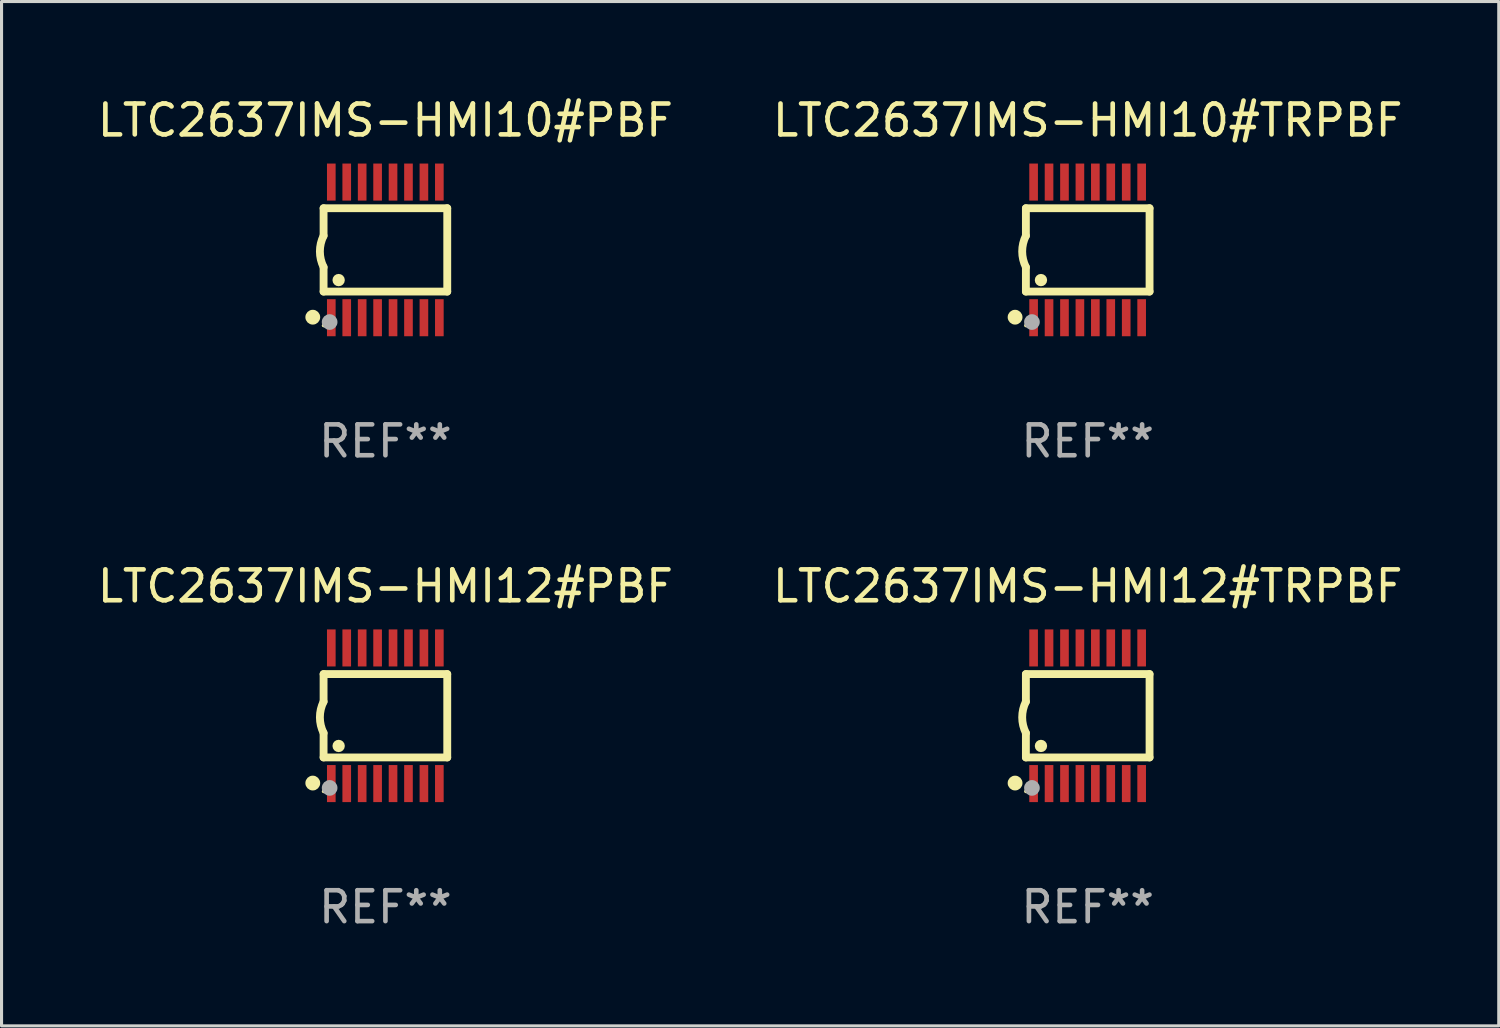
<source format=kicad_pcb>
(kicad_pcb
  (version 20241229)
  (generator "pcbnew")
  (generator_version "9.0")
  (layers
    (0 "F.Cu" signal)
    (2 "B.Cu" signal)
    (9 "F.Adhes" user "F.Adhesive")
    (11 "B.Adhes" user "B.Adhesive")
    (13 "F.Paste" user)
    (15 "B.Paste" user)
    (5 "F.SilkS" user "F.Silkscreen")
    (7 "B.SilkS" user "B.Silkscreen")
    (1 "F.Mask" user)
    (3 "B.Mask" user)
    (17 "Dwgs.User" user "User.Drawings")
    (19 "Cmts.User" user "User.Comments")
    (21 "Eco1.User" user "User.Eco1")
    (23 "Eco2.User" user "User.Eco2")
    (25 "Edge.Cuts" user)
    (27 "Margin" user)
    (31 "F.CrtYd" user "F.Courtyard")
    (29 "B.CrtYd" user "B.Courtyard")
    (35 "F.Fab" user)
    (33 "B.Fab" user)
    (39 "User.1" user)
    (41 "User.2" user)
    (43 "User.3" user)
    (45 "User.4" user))
  (footprint "LTC2637IMS-HMI12#TRPBF"
    (layer "F.Cu")
    (at 32.185 20.136)
    (property "Reference" "LTC2637IMS-HMI12#TRPBF" (at 0 -4.197 0) (layer "F.SilkS") (effects (font (size 1 1) (thickness 0.15))))
    (attr through_hole)
    (fp_line (start -2.003 -1.35) (end -2.003 -0.457) (stroke (width 0.254) (type solid)) (layer "F.SilkS"))
    (fp_line (start -2.003 -1.35) (end 2.003 -1.35) (stroke (width 0.254) (type solid)) (layer "F.SilkS"))
    (fp_line (start -2.003 1.35) (end -2.003 0.559) (stroke (width 0.254) (type solid)) (layer "F.SilkS"))
    (fp_line (start -2.003 1.35) (end 2.003 1.35) (stroke (width 0.254) (type solid)) (layer "F.SilkS"))
    (fp_line (start 2.003 -1.35) (end 2.003 1.35) (stroke (width 0.254) (type solid)) (layer "F.SilkS"))
    (fp_arc (start -2.002286 0.558802) (mid -2.122556 0.05092) (end -2.003302 -0.457201) (stroke (width 0.254001) (type solid)) (layer "F.SilkS"))
    (fp_circle (center -2.353 2.18) (end -2.233 2.18) (stroke (width 0.24) (type solid)) (fill no) (layer "F.SilkS"))
    (fp_circle (center -2.003 2.45) (end -1.973 2.45) (stroke (width 0.06) (type solid)) (fill no) (layer "F.SilkS"))
    (fp_circle (center -1.515 0.978) (end -1.415 0.978) (stroke (width 0.2) (type solid)) (fill no) (layer "F.SilkS"))
    (fp_circle (center -1.807 2.337) (end -1.68 2.337) (stroke (width 0.254) (type solid)) (fill no) (layer "F.Fab"))
    (fp_text user "REF**" (at 0 6.197 0) (layer "F.Fab") (effects (font (size 1 1) (thickness 0.15))))
    (pad "1" smd rect (at -1.753 2.197 90) (size 1.2 0.28) (layers "F.Cu" "F.Mask" "F.Paste"))
    (pad "2" smd rect (at -1.253 2.197 90) (size 1.2 0.28) (layers "F.Cu" "F.Mask" "F.Paste"))
    (pad "3" smd rect (at -0.753 2.197 90) (size 1.2 0.28) (layers "F.Cu" "F.Mask" "F.Paste"))
    (pad "4" smd rect (at -0.253 2.197 90) (size 1.2 0.28) (layers "F.Cu" "F.Mask" "F.Paste"))
    (pad "5" smd rect (at 0.247 2.197 90) (size 1.2 0.28) (layers "F.Cu" "F.Mask" "F.Paste"))
    (pad "6" smd rect (at 0.747 2.197 90) (size 1.2 0.28) (layers "F.Cu" "F.Mask" "F.Paste"))
    (pad "7" smd rect (at 1.247 2.197 90) (size 1.2 0.28) (layers "F.Cu" "F.Mask" "F.Paste"))
    (pad "8" smd rect (at 1.747 2.197 90) (size 1.2 0.28) (layers "F.Cu" "F.Mask" "F.Paste"))
    (pad "9" smd rect (at 1.747 -2.197 90) (size 1.2 0.28) (layers "F.Cu" "F.Mask" "F.Paste"))
    (pad "10" smd rect (at 1.247 -2.197 90) (size 1.2 0.28) (layers "F.Cu" "F.Mask" "F.Paste"))
    (pad "11" smd rect (at 0.747 -2.197 90) (size 1.2 0.28) (layers "F.Cu" "F.Mask" "F.Paste"))
    (pad "12" smd rect (at 0.247 -2.197 90) (size 1.2 0.28) (layers "F.Cu" "F.Mask" "F.Paste"))
    (pad "13" smd rect (at -0.253 -2.197 90) (size 1.2 0.28) (layers "F.Cu" "F.Mask" "F.Paste"))
    (pad "14" smd rect (at -0.753 -2.197 90) (size 1.2 0.28) (layers "F.Cu" "F.Mask" "F.Paste"))
    (pad "15" smd rect (at -1.253 -2.197 90) (size 1.2 0.28) (layers "F.Cu" "F.Mask" "F.Paste"))
    (pad "16" smd rect (at -1.753 -2.197 90) (size 1.2 0.28) (layers "F.Cu" "F.Mask" "F.Paste")))
  (footprint "LTC2637IMS-HMI10#TRPBF"
    (layer "F.Cu")
    (at 32.185 5.045)
    (property "Reference" "LTC2637IMS-HMI10#TRPBF" (at 0 -4.197 0) (layer "F.SilkS") (effects (font (size 1 1) (thickness 0.15))))
    (attr through_hole)
    (fp_line (start -2.003 -1.35) (end -2.003 -0.457) (stroke (width 0.254) (type solid)) (layer "F.SilkS"))
    (fp_line (start -2.003 -1.35) (end 2.003 -1.35) (stroke (width 0.254) (type solid)) (layer "F.SilkS"))
    (fp_line (start -2.003 1.35) (end -2.003 0.559) (stroke (width 0.254) (type solid)) (layer "F.SilkS"))
    (fp_line (start -2.003 1.35) (end 2.003 1.35) (stroke (width 0.254) (type solid)) (layer "F.SilkS"))
    (fp_line (start 2.003 -1.35) (end 2.003 1.35) (stroke (width 0.254) (type solid)) (layer "F.SilkS"))
    (fp_arc (start -2.002286 0.558802) (mid -2.122556 0.05092) (end -2.003302 -0.457201) (stroke (width 0.254001) (type solid)) (layer "F.SilkS"))
    (fp_circle (center -2.353 2.18) (end -2.233 2.18) (stroke (width 0.24) (type solid)) (fill no) (layer "F.SilkS"))
    (fp_circle (center -2.003 2.45) (end -1.973 2.45) (stroke (width 0.06) (type solid)) (fill no) (layer "F.SilkS"))
    (fp_circle (center -1.515 0.978) (end -1.415 0.978) (stroke (width 0.2) (type solid)) (fill no) (layer "F.SilkS"))
    (fp_circle (center -1.807 2.337) (end -1.68 2.337) (stroke (width 0.254) (type solid)) (fill no) (layer "F.Fab"))
    (fp_text user "REF**" (at 0 6.197 0) (layer "F.Fab") (effects (font (size 1 1) (thickness 0.15))))
    (pad "1" smd rect (at -1.753 2.197 90) (size 1.2 0.28) (layers "F.Cu" "F.Mask" "F.Paste"))
    (pad "2" smd rect (at -1.253 2.197 90) (size 1.2 0.28) (layers "F.Cu" "F.Mask" "F.Paste"))
    (pad "3" smd rect (at -0.753 2.197 90) (size 1.2 0.28) (layers "F.Cu" "F.Mask" "F.Paste"))
    (pad "4" smd rect (at -0.253 2.197 90) (size 1.2 0.28) (layers "F.Cu" "F.Mask" "F.Paste"))
    (pad "5" smd rect (at 0.247 2.197 90) (size 1.2 0.28) (layers "F.Cu" "F.Mask" "F.Paste"))
    (pad "6" smd rect (at 0.747 2.197 90) (size 1.2 0.28) (layers "F.Cu" "F.Mask" "F.Paste"))
    (pad "7" smd rect (at 1.247 2.197 90) (size 1.2 0.28) (layers "F.Cu" "F.Mask" "F.Paste"))
    (pad "8" smd rect (at 1.747 2.197 90) (size 1.2 0.28) (layers "F.Cu" "F.Mask" "F.Paste"))
    (pad "9" smd rect (at 1.747 -2.197 90) (size 1.2 0.28) (layers "F.Cu" "F.Mask" "F.Paste"))
    (pad "10" smd rect (at 1.247 -2.197 90) (size 1.2 0.28) (layers "F.Cu" "F.Mask" "F.Paste"))
    (pad "11" smd rect (at 0.747 -2.197 90) (size 1.2 0.28) (layers "F.Cu" "F.Mask" "F.Paste"))
    (pad "12" smd rect (at 0.247 -2.197 90) (size 1.2 0.28) (layers "F.Cu" "F.Mask" "F.Paste"))
    (pad "13" smd rect (at -0.253 -2.197 90) (size 1.2 0.28) (layers "F.Cu" "F.Mask" "F.Paste"))
    (pad "14" smd rect (at -0.753 -2.197 90) (size 1.2 0.28) (layers "F.Cu" "F.Mask" "F.Paste"))
    (pad "15" smd rect (at -1.253 -2.197 90) (size 1.2 0.28) (layers "F.Cu" "F.Mask" "F.Paste"))
    (pad "16" smd rect (at -1.753 -2.197 90) (size 1.2 0.28) (layers "F.Cu" "F.Mask" "F.Paste")))
  (footprint "LTC2637IMS-HMI10#PBF"
    (layer "F.Cu")
    (at 9.435 5.045)
    (property "Reference" "LTC2637IMS-HMI10#PBF" (at 0 -4.197 0) (layer "F.SilkS") (effects (font (size 1 1) (thickness 0.15))))
    (attr through_hole)
    (fp_line (start -2.003 -1.35) (end -2.003 -0.457) (stroke (width 0.254) (type solid)) (layer "F.SilkS"))
    (fp_line (start -2.003 -1.35) (end 2.003 -1.35) (stroke (width 0.254) (type solid)) (layer "F.SilkS"))
    (fp_line (start -2.003 1.35) (end -2.003 0.559) (stroke (width 0.254) (type solid)) (layer "F.SilkS"))
    (fp_line (start -2.003 1.35) (end 2.003 1.35) (stroke (width 0.254) (type solid)) (layer "F.SilkS"))
    (fp_line (start 2.003 -1.35) (end 2.003 1.35) (stroke (width 0.254) (type solid)) (layer "F.SilkS"))
    (fp_arc (start -2.002286 0.558802) (mid -2.122556 0.05092) (end -2.003302 -0.457201) (stroke (width 0.254001) (type solid)) (layer "F.SilkS"))
    (fp_circle (center -2.353 2.18) (end -2.233 2.18) (stroke (width 0.24) (type solid)) (fill no) (layer "F.SilkS"))
    (fp_circle (center -2.003 2.45) (end -1.973 2.45) (stroke (width 0.06) (type solid)) (fill no) (layer "F.SilkS"))
    (fp_circle (center -1.515 0.978) (end -1.415 0.978) (stroke (width 0.2) (type solid)) (fill no) (layer "F.SilkS"))
    (fp_circle (center -1.807 2.337) (end -1.68 2.337) (stroke (width 0.254) (type solid)) (fill no) (layer "F.Fab"))
    (fp_text user "REF**" (at 0 6.197 0) (layer "F.Fab") (effects (font (size 1 1) (thickness 0.15))))
    (pad "1" smd rect (at -1.753 2.197 90) (size 1.2 0.28) (layers "F.Cu" "F.Mask" "F.Paste"))
    (pad "2" smd rect (at -1.253 2.197 90) (size 1.2 0.28) (layers "F.Cu" "F.Mask" "F.Paste"))
    (pad "3" smd rect (at -0.753 2.197 90) (size 1.2 0.28) (layers "F.Cu" "F.Mask" "F.Paste"))
    (pad "4" smd rect (at -0.253 2.197 90) (size 1.2 0.28) (layers "F.Cu" "F.Mask" "F.Paste"))
    (pad "5" smd rect (at 0.247 2.197 90) (size 1.2 0.28) (layers "F.Cu" "F.Mask" "F.Paste"))
    (pad "6" smd rect (at 0.747 2.197 90) (size 1.2 0.28) (layers "F.Cu" "F.Mask" "F.Paste"))
    (pad "7" smd rect (at 1.247 2.197 90) (size 1.2 0.28) (layers "F.Cu" "F.Mask" "F.Paste"))
    (pad "8" smd rect (at 1.747 2.197 90) (size 1.2 0.28) (layers "F.Cu" "F.Mask" "F.Paste"))
    (pad "9" smd rect (at 1.747 -2.197 90) (size 1.2 0.28) (layers "F.Cu" "F.Mask" "F.Paste"))
    (pad "10" smd rect (at 1.247 -2.197 90) (size 1.2 0.28) (layers "F.Cu" "F.Mask" "F.Paste"))
    (pad "11" smd rect (at 0.747 -2.197 90) (size 1.2 0.28) (layers "F.Cu" "F.Mask" "F.Paste"))
    (pad "12" smd rect (at 0.247 -2.197 90) (size 1.2 0.28) (layers "F.Cu" "F.Mask" "F.Paste"))
    (pad "13" smd rect (at -0.253 -2.197 90) (size 1.2 0.28) (layers "F.Cu" "F.Mask" "F.Paste"))
    (pad "14" smd rect (at -0.753 -2.197 90) (size 1.2 0.28) (layers "F.Cu" "F.Mask" "F.Paste"))
    (pad "15" smd rect (at -1.253 -2.197 90) (size 1.2 0.28) (layers "F.Cu" "F.Mask" "F.Paste"))
    (pad "16" smd rect (at -1.753 -2.197 90) (size 1.2 0.28) (layers "F.Cu" "F.Mask" "F.Paste")))
  (footprint "LTC2637IMS-HMI12#PBF"
    (layer "F.Cu")
    (at 9.435 20.136)
    (property "Reference" "LTC2637IMS-HMI12#PBF" (at 0 -4.197 0) (layer "F.SilkS") (effects (font (size 1 1) (thickness 0.15))))
    (attr through_hole)
    (fp_line (start -2.003 -1.35) (end -2.003 -0.457) (stroke (width 0.254) (type solid)) (layer "F.SilkS"))
    (fp_line (start -2.003 -1.35) (end 2.003 -1.35) (stroke (width 0.254) (type solid)) (layer "F.SilkS"))
    (fp_line (start -2.003 1.35) (end -2.003 0.559) (stroke (width 0.254) (type solid)) (layer "F.SilkS"))
    (fp_line (start -2.003 1.35) (end 2.003 1.35) (stroke (width 0.254) (type solid)) (layer "F.SilkS"))
    (fp_line (start 2.003 -1.35) (end 2.003 1.35) (stroke (width 0.254) (type solid)) (layer "F.SilkS"))
    (fp_arc (start -2.002286 0.558802) (mid -2.122556 0.05092) (end -2.003302 -0.457201) (stroke (width 0.254001) (type solid)) (layer "F.SilkS"))
    (fp_circle (center -2.353 2.18) (end -2.233 2.18) (stroke (width 0.24) (type solid)) (fill no) (layer "F.SilkS"))
    (fp_circle (center -2.003 2.45) (end -1.973 2.45) (stroke (width 0.06) (type solid)) (fill no) (layer "F.SilkS"))
    (fp_circle (center -1.515 0.978) (end -1.415 0.978) (stroke (width 0.2) (type solid)) (fill no) (layer "F.SilkS"))
    (fp_circle (center -1.807 2.337) (end -1.68 2.337) (stroke (width 0.254) (type solid)) (fill no) (layer "F.Fab"))
    (fp_text user "REF**" (at 0 6.197 0) (layer "F.Fab") (effects (font (size 1 1) (thickness 0.15))))
    (pad "1" smd rect (at -1.753 2.197 90) (size 1.2 0.28) (layers "F.Cu" "F.Mask" "F.Paste"))
    (pad "2" smd rect (at -1.253 2.197 90) (size 1.2 0.28) (layers "F.Cu" "F.Mask" "F.Paste"))
    (pad "3" smd rect (at -0.753 2.197 90) (size 1.2 0.28) (layers "F.Cu" "F.Mask" "F.Paste"))
    (pad "4" smd rect (at -0.253 2.197 90) (size 1.2 0.28) (layers "F.Cu" "F.Mask" "F.Paste"))
    (pad "5" smd rect (at 0.247 2.197 90) (size 1.2 0.28) (layers "F.Cu" "F.Mask" "F.Paste"))
    (pad "6" smd rect (at 0.747 2.197 90) (size 1.2 0.28) (layers "F.Cu" "F.Mask" "F.Paste"))
    (pad "7" smd rect (at 1.247 2.197 90) (size 1.2 0.28) (layers "F.Cu" "F.Mask" "F.Paste"))
    (pad "8" smd rect (at 1.747 2.197 90) (size 1.2 0.28) (layers "F.Cu" "F.Mask" "F.Paste"))
    (pad "9" smd rect (at 1.747 -2.197 90) (size 1.2 0.28) (layers "F.Cu" "F.Mask" "F.Paste"))
    (pad "10" smd rect (at 1.247 -2.197 90) (size 1.2 0.28) (layers "F.Cu" "F.Mask" "F.Paste"))
    (pad "11" smd rect (at 0.747 -2.197 90) (size 1.2 0.28) (layers "F.Cu" "F.Mask" "F.Paste"))
    (pad "12" smd rect (at 0.247 -2.197 90) (size 1.2 0.28) (layers "F.Cu" "F.Mask" "F.Paste"))
    (pad "13" smd rect (at -0.253 -2.197 90) (size 1.2 0.28) (layers "F.Cu" "F.Mask" "F.Paste"))
    (pad "14" smd rect (at -0.753 -2.197 90) (size 1.2 0.28) (layers "F.Cu" "F.Mask" "F.Paste"))
    (pad "15" smd rect (at -1.253 -2.197 90) (size 1.2 0.28) (layers "F.Cu" "F.Mask" "F.Paste"))
    (pad "16" smd rect (at -1.753 -2.197 90) (size 1.2 0.28) (layers "F.Cu" "F.Mask" "F.Paste")))
  (gr_rect
    (start -3 -3)
    (end 45.5 30.181)
    (stroke (width 0.1) (type default))
    (fill no)
    (layer "Edge.Cuts")))
</source>
